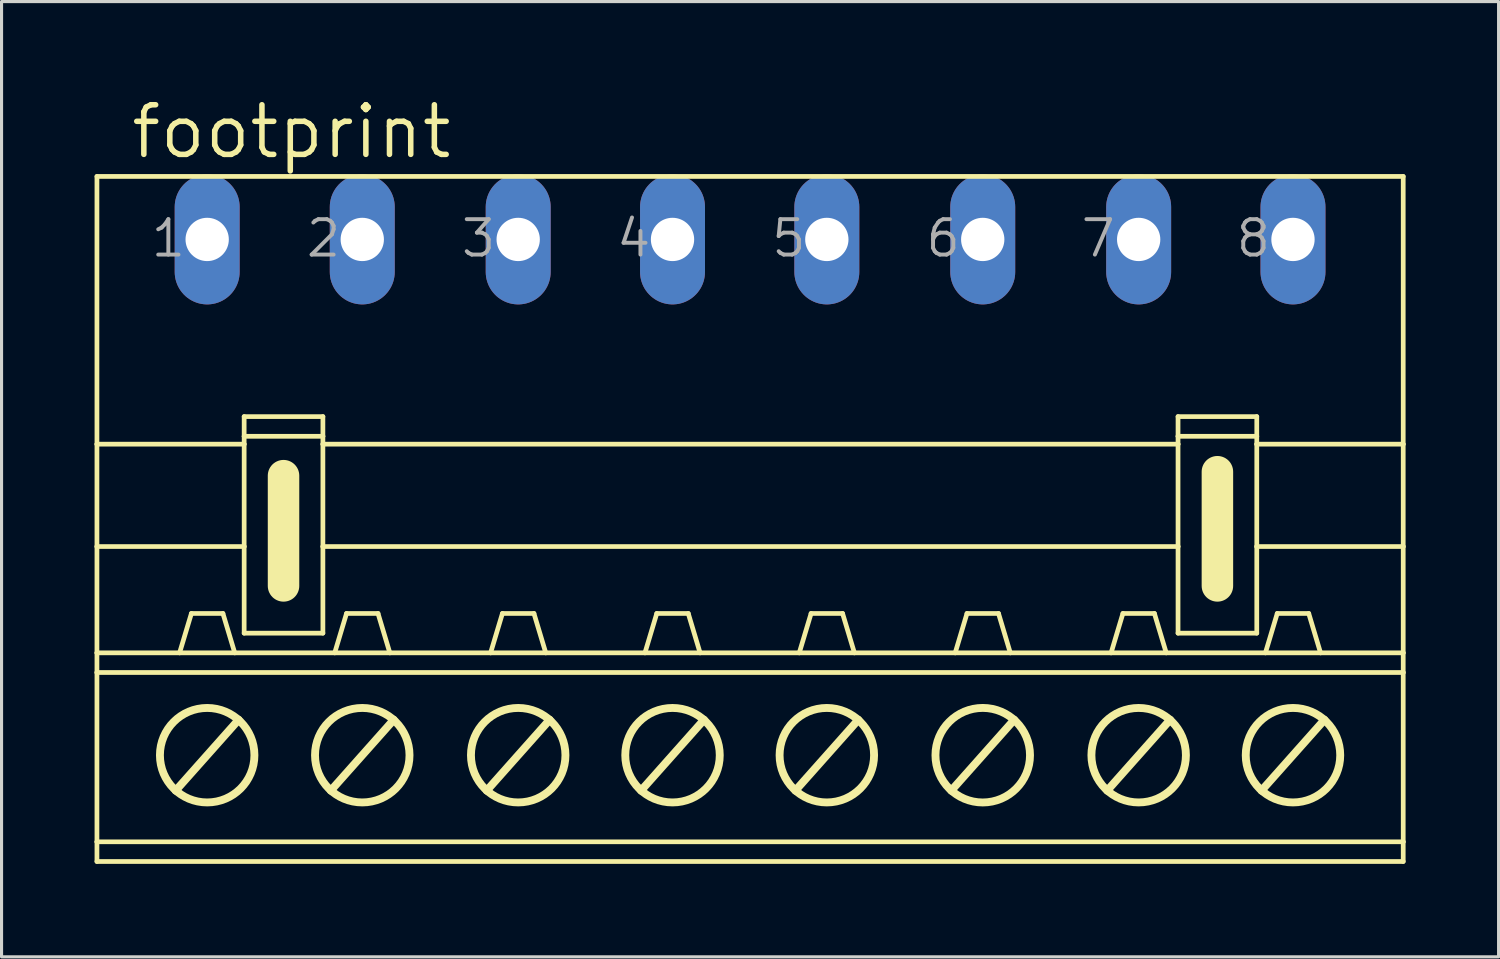
<source format=kicad_pcb>
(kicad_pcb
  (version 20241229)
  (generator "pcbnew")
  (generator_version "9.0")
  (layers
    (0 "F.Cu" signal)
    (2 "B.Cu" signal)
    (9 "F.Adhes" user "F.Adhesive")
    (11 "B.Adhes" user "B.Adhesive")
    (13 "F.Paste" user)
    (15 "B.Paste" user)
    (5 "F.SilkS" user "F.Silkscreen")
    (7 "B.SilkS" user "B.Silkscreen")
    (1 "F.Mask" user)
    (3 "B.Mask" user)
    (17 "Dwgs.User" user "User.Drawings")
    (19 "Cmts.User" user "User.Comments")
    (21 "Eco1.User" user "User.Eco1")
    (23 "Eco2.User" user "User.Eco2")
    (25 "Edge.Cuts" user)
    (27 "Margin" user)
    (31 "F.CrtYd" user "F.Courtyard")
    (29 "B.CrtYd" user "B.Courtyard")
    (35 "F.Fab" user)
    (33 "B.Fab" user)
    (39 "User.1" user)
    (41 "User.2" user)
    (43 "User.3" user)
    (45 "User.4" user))
  (footprint "footprint"
    (layer "F.Cu")
    (at 21.095 12.294)
    (property "Reference" "footprint" (at -20.003 -10.16 0) (layer "F.SilkS") (effects (font (size 1.6 1.6) (thickness 0.178)) (justify left bottom)))
    (fp_line (start -21.018 -9.652) (end -21.018 -1.016) (stroke (width 0.152) (type solid)) (layer "F.SilkS"))
    (fp_line (start -21.018 -9.652) (end 21.12 -9.652) (stroke (width 0.152) (type solid)) (layer "F.SilkS"))
    (fp_line (start -21.018 -1.016) (end -21.018 2.286) (stroke (width 0.152) (type solid)) (layer "F.SilkS"))
    (fp_line (start -21.018 -1.016) (end -16.269 -1.016) (stroke (width 0.152) (type solid)) (layer "F.SilkS"))
    (fp_line (start -21.018 2.286) (end -21.018 5.715) (stroke (width 0.152) (type solid)) (layer "F.SilkS"))
    (fp_line (start -21.018 2.286) (end -16.269 2.286) (stroke (width 0.152) (type solid)) (layer "F.SilkS"))
    (fp_line (start -21.018 5.715) (end -21.018 6.35) (stroke (width 0.152) (type solid)) (layer "F.SilkS"))
    (fp_line (start -21.018 5.715) (end -18.352 5.715) (stroke (width 0.152) (type solid)) (layer "F.SilkS"))
    (fp_line (start -21.018 6.35) (end -21.018 11.811) (stroke (width 0.152) (type solid)) (layer "F.SilkS"))
    (fp_line (start -21.018 6.35) (end 21.12 6.35) (stroke (width 0.152) (type solid)) (layer "F.SilkS"))
    (fp_line (start -21.018 11.811) (end -21.018 12.446) (stroke (width 0.152) (type solid)) (layer "F.SilkS"))
    (fp_line (start -21.018 11.811) (end 21.12 11.811) (stroke (width 0.152) (type solid)) (layer "F.SilkS"))
    (fp_line (start -21.018 12.446) (end 21.12 12.446) (stroke (width 0.152) (type solid)) (layer "F.SilkS"))
    (fp_line (start -18.479 10.16) (end -16.447 7.874) (stroke (width 0.254) (type solid)) (layer "F.SilkS"))
    (fp_line (start -18.352 5.715) (end -17.971 4.445) (stroke (width 0.152) (type solid)) (layer "F.SilkS"))
    (fp_line (start -18.352 5.715) (end -16.573 5.715) (stroke (width 0.152) (type solid)) (layer "F.SilkS"))
    (fp_line (start -16.954 4.445) (end -17.971 4.445) (stroke (width 0.152) (type solid)) (layer "F.SilkS"))
    (fp_line (start -16.573 5.715) (end -16.954 4.445) (stroke (width 0.152) (type solid)) (layer "F.SilkS"))
    (fp_line (start -16.573 5.715) (end -13.348 5.715) (stroke (width 0.152) (type solid)) (layer "F.SilkS"))
    (fp_line (start -16.269 -1.905) (end -13.729 -1.905) (stroke (width 0.152) (type solid)) (layer "F.SilkS"))
    (fp_line (start -16.269 -1.27) (end -16.269 -1.905) (stroke (width 0.152) (type solid)) (layer "F.SilkS"))
    (fp_line (start -16.269 -1.27) (end -13.729 -1.27) (stroke (width 0.152) (type solid)) (layer "F.SilkS"))
    (fp_line (start -16.269 -1.016) (end -16.269 -1.27) (stroke (width 0.152) (type solid)) (layer "F.SilkS"))
    (fp_line (start -16.269 2.286) (end -16.269 -1.016) (stroke (width 0.152) (type solid)) (layer "F.SilkS"))
    (fp_line (start -16.269 2.286) (end -16.269 5.08) (stroke (width 0.152) (type solid)) (layer "F.SilkS"))
    (fp_line (start -14.999 0) (end -14.999 3.556) (stroke (width 1.016) (type solid)) (layer "F.SilkS"))
    (fp_line (start -13.729 -1.905) (end -13.729 -1.27) (stroke (width 0.152) (type solid)) (layer "F.SilkS"))
    (fp_line (start -13.729 -1.27) (end -13.729 -1.016) (stroke (width 0.152) (type solid)) (layer "F.SilkS"))
    (fp_line (start -13.729 -1.016) (end -13.729 2.286) (stroke (width 0.152) (type solid)) (layer "F.SilkS"))
    (fp_line (start -13.729 -1.016) (end 13.856 -1.016) (stroke (width 0.152) (type solid)) (layer "F.SilkS"))
    (fp_line (start -13.729 2.286) (end -13.729 5.08) (stroke (width 0.152) (type solid)) (layer "F.SilkS"))
    (fp_line (start -13.729 2.286) (end 13.856 2.286) (stroke (width 0.152) (type solid)) (layer "F.SilkS"))
    (fp_line (start -13.729 5.08) (end -16.269 5.08) (stroke (width 0.152) (type solid)) (layer "F.SilkS"))
    (fp_line (start -13.475 10.16) (end -11.443 7.874) (stroke (width 0.254) (type solid)) (layer "F.SilkS"))
    (fp_line (start -13.348 5.715) (end -12.967 4.445) (stroke (width 0.152) (type solid)) (layer "F.SilkS"))
    (fp_line (start -13.348 5.715) (end -11.57 5.715) (stroke (width 0.152) (type solid)) (layer "F.SilkS"))
    (fp_line (start -12.967 4.445) (end -11.951 4.445) (stroke (width 0.152) (type solid)) (layer "F.SilkS"))
    (fp_line (start -11.57 5.715) (end -11.951 4.445) (stroke (width 0.152) (type solid)) (layer "F.SilkS"))
    (fp_line (start -11.57 5.715) (end -8.319 5.715) (stroke (width 0.152) (type solid)) (layer "F.SilkS"))
    (fp_line (start -8.445 10.16) (end -6.413 7.874) (stroke (width 0.254) (type solid)) (layer "F.SilkS"))
    (fp_line (start -8.319 5.715) (end -7.938 4.445) (stroke (width 0.152) (type solid)) (layer "F.SilkS"))
    (fp_line (start -8.319 5.715) (end -6.54 5.715) (stroke (width 0.152) (type solid)) (layer "F.SilkS"))
    (fp_line (start -7.938 4.445) (end -6.921 4.445) (stroke (width 0.152) (type solid)) (layer "F.SilkS"))
    (fp_line (start -6.54 5.715) (end -6.921 4.445) (stroke (width 0.152) (type solid)) (layer "F.SilkS"))
    (fp_line (start -6.54 5.715) (end -3.34 5.715) (stroke (width 0.152) (type solid)) (layer "F.SilkS"))
    (fp_line (start -3.467 10.16) (end -1.435 7.874) (stroke (width 0.254) (type solid)) (layer "F.SilkS"))
    (fp_line (start -3.34 5.715) (end -2.959 4.445) (stroke (width 0.152) (type solid)) (layer "F.SilkS"))
    (fp_line (start -3.34 5.715) (end -1.562 5.715) (stroke (width 0.152) (type solid)) (layer "F.SilkS"))
    (fp_line (start -2.959 4.445) (end -1.943 4.445) (stroke (width 0.152) (type solid)) (layer "F.SilkS"))
    (fp_line (start -1.562 5.715) (end -1.943 4.445) (stroke (width 0.152) (type solid)) (layer "F.SilkS"))
    (fp_line (start -1.562 5.715) (end 1.638 5.715) (stroke (width 0.152) (type solid)) (layer "F.SilkS"))
    (fp_line (start 1.511 10.16) (end 3.543 7.874) (stroke (width 0.254) (type solid)) (layer "F.SilkS"))
    (fp_line (start 1.638 5.715) (end 2.019 4.445) (stroke (width 0.152) (type solid)) (layer "F.SilkS"))
    (fp_line (start 1.638 5.715) (end 3.416 5.715) (stroke (width 0.152) (type solid)) (layer "F.SilkS"))
    (fp_line (start 2.019 4.445) (end 3.035 4.445) (stroke (width 0.152) (type solid)) (layer "F.SilkS"))
    (fp_line (start 3.416 5.715) (end 3.035 4.445) (stroke (width 0.152) (type solid)) (layer "F.SilkS"))
    (fp_line (start 3.416 5.715) (end 6.668 5.715) (stroke (width 0.152) (type solid)) (layer "F.SilkS"))
    (fp_line (start 6.54 10.16) (end 8.572 7.874) (stroke (width 0.254) (type solid)) (layer "F.SilkS"))
    (fp_line (start 6.668 5.715) (end 7.048 4.445) (stroke (width 0.152) (type solid)) (layer "F.SilkS"))
    (fp_line (start 6.668 5.715) (end 8.445 5.715) (stroke (width 0.152) (type solid)) (layer "F.SilkS"))
    (fp_line (start 7.048 4.445) (end 8.065 4.445) (stroke (width 0.152) (type solid)) (layer "F.SilkS"))
    (fp_line (start 8.445 5.715) (end 8.065 4.445) (stroke (width 0.152) (type solid)) (layer "F.SilkS"))
    (fp_line (start 8.445 5.715) (end 11.697 5.715) (stroke (width 0.152) (type solid)) (layer "F.SilkS"))
    (fp_line (start 11.57 10.16) (end 13.602 7.874) (stroke (width 0.254) (type solid)) (layer "F.SilkS"))
    (fp_line (start 11.697 5.715) (end 12.078 4.445) (stroke (width 0.152) (type solid)) (layer "F.SilkS"))
    (fp_line (start 11.697 5.715) (end 13.475 5.715) (stroke (width 0.152) (type solid)) (layer "F.SilkS"))
    (fp_line (start 12.078 4.445) (end 13.094 4.445) (stroke (width 0.152) (type solid)) (layer "F.SilkS"))
    (fp_line (start 13.475 5.715) (end 13.094 4.445) (stroke (width 0.152) (type solid)) (layer "F.SilkS"))
    (fp_line (start 13.475 5.715) (end 16.675 5.715) (stroke (width 0.152) (type solid)) (layer "F.SilkS"))
    (fp_line (start 13.856 -1.905) (end 16.396 -1.905) (stroke (width 0.152) (type solid)) (layer "F.SilkS"))
    (fp_line (start 13.856 -1.27) (end 13.856 -1.905) (stroke (width 0.152) (type solid)) (layer "F.SilkS"))
    (fp_line (start 13.856 -1.27) (end 16.396 -1.27) (stroke (width 0.152) (type solid)) (layer "F.SilkS"))
    (fp_line (start 13.856 -1.016) (end 13.856 -1.27) (stroke (width 0.152) (type solid)) (layer "F.SilkS"))
    (fp_line (start 13.856 2.286) (end 13.856 -1.016) (stroke (width 0.152) (type solid)) (layer "F.SilkS"))
    (fp_line (start 13.856 2.286) (end 13.856 5.08) (stroke (width 0.152) (type solid)) (layer "F.SilkS"))
    (fp_line (start 15.126 -0.127) (end 15.126 3.556) (stroke (width 1.016) (type solid)) (layer "F.SilkS"))
    (fp_line (start 16.396 -1.905) (end 16.396 -1.27) (stroke (width 0.152) (type solid)) (layer "F.SilkS"))
    (fp_line (start 16.396 -1.27) (end 16.396 -1.016) (stroke (width 0.152) (type solid)) (layer "F.SilkS"))
    (fp_line (start 16.396 -1.016) (end 16.396 2.286) (stroke (width 0.152) (type solid)) (layer "F.SilkS"))
    (fp_line (start 16.396 -1.016) (end 21.12 -1.016) (stroke (width 0.152) (type solid)) (layer "F.SilkS"))
    (fp_line (start 16.396 2.286) (end 16.396 5.08) (stroke (width 0.152) (type solid)) (layer "F.SilkS"))
    (fp_line (start 16.396 2.286) (end 21.12 2.286) (stroke (width 0.152) (type solid)) (layer "F.SilkS"))
    (fp_line (start 16.396 5.08) (end 13.856 5.08) (stroke (width 0.152) (type solid)) (layer "F.SilkS"))
    (fp_line (start 16.548 10.16) (end 18.58 7.874) (stroke (width 0.254) (type solid)) (layer "F.SilkS"))
    (fp_line (start 16.675 5.715) (end 17.056 4.445) (stroke (width 0.152) (type solid)) (layer "F.SilkS"))
    (fp_line (start 16.675 5.715) (end 18.453 5.715) (stroke (width 0.152) (type solid)) (layer "F.SilkS"))
    (fp_line (start 17.056 4.445) (end 18.072 4.445) (stroke (width 0.152) (type solid)) (layer "F.SilkS"))
    (fp_line (start 18.453 5.715) (end 18.072 4.445) (stroke (width 0.152) (type solid)) (layer "F.SilkS"))
    (fp_line (start 18.453 5.715) (end 21.12 5.715) (stroke (width 0.152) (type solid)) (layer "F.SilkS"))
    (fp_line (start 21.12 -9.652) (end 21.12 -1.016) (stroke (width 0.152) (type solid)) (layer "F.SilkS"))
    (fp_line (start 21.12 -1.016) (end 21.12 2.286) (stroke (width 0.152) (type solid)) (layer "F.SilkS"))
    (fp_line (start 21.12 2.286) (end 21.12 5.715) (stroke (width 0.152) (type solid)) (layer "F.SilkS"))
    (fp_line (start 21.12 5.715) (end 21.12 6.35) (stroke (width 0.152) (type solid)) (layer "F.SilkS"))
    (fp_line (start 21.12 6.35) (end 21.12 11.811) (stroke (width 0.152) (type solid)) (layer "F.SilkS"))
    (fp_line (start 21.12 11.811) (end 21.12 12.446) (stroke (width 0.152) (type solid)) (layer "F.SilkS"))
    (fp_circle (center -17.462 9.017) (end -15.938 9.017) (stroke (width 0.254) (type solid)) (fill no) (layer "F.SilkS"))
    (fp_circle (center -12.459 9.017) (end -10.935 9.017) (stroke (width 0.254) (type solid)) (fill no) (layer "F.SilkS"))
    (fp_circle (center -7.429 9.017) (end -5.905 9.017) (stroke (width 0.254) (type solid)) (fill no) (layer "F.SilkS"))
    (fp_circle (center -2.451 9.017) (end -0.927 9.017) (stroke (width 0.254) (type solid)) (fill no) (layer "F.SilkS"))
    (fp_circle (center 2.527 9.017) (end 4.051 9.017) (stroke (width 0.254) (type solid)) (fill no) (layer "F.SilkS"))
    (fp_circle (center 7.556 9.017) (end 9.081 9.017) (stroke (width 0.254) (type solid)) (fill no) (layer "F.SilkS"))
    (fp_circle (center 12.586 9.017) (end 14.11 9.017) (stroke (width 0.254) (type solid)) (fill no) (layer "F.SilkS"))
    (fp_circle (center 17.564 9.017) (end 19.088 9.017) (stroke (width 0.254) (type solid)) (fill no) (layer "F.SilkS"))
    (fp_text user "2" (at -14.338 -6.985 0) (layer "F.Fab") (effects (font (size 1.143 1.143) (thickness 0.127)) (justify left bottom)))
    (fp_text user "4" (at -4.331 -6.985 0) (layer "F.Fab") (effects (font (size 1.143 1.143) (thickness 0.127)) (justify left bottom)))
    (fp_text user "5" (at 0.673 -6.985 0) (layer "F.Fab") (effects (font (size 1.143 1.143) (thickness 0.127)) (justify left bottom)))
    (fp_text user "6" (at 5.652 -6.985 0) (layer "F.Fab") (effects (font (size 1.143 1.143) (thickness 0.127)) (justify left bottom)))
    (fp_text user "3" (at -9.335 -6.985 0) (layer "F.Fab") (effects (font (size 1.143 1.143) (thickness 0.127)) (justify left bottom)))
    (fp_text user "8" (at 15.659 -6.985 0) (layer "F.Fab") (effects (font (size 1.143 1.143) (thickness 0.127)) (justify left bottom)))
    (fp_text user "7" (at 10.655 -6.985 0) (layer "F.Fab") (effects (font (size 1.143 1.143) (thickness 0.127)) (justify left bottom)))
    (fp_text user "1" (at -19.342 -6.985 0) (layer "F.Fab") (effects (font (size 1.143 1.143) (thickness 0.127)) (justify left bottom)))
    (pad "1" thru_hole oval (at -17.462 -7.62 90) (size 4.191 2.095) (drill 1.397) (layers "*.Cu" "*.Mask"))
    (pad "2" thru_hole oval (at -12.459 -7.62 90) (size 4.191 2.095) (drill 1.397) (layers "*.Cu" "*.Mask"))
    (pad "3" thru_hole oval (at -7.429 -7.62 90) (size 4.191 2.095) (drill 1.397) (layers "*.Cu" "*.Mask"))
    (pad "4" thru_hole oval (at -2.451 -7.62 90) (size 4.191 2.095) (drill 1.397) (layers "*.Cu" "*.Mask"))
    (pad "5" thru_hole oval (at 2.527 -7.62 90) (size 4.191 2.095) (drill 1.397) (layers "*.Cu" "*.Mask"))
    (pad "6" thru_hole oval (at 7.556 -7.62 90) (size 4.191 2.095) (drill 1.397) (layers "*.Cu" "*.Mask"))
    (pad "7" thru_hole oval (at 12.586 -7.62 90) (size 4.191 2.095) (drill 1.397) (layers "*.Cu" "*.Mask"))
    (pad "8" thru_hole oval (at 17.564 -7.62 90) (size 4.191 2.095) (drill 1.397) (layers "*.Cu" "*.Mask")))
  (gr_rect
    (start -3 -3)
    (end 45.291 27.816)
    (stroke (width 0.1) (type default))
    (fill no)
    (layer "Edge.Cuts")))
</source>
